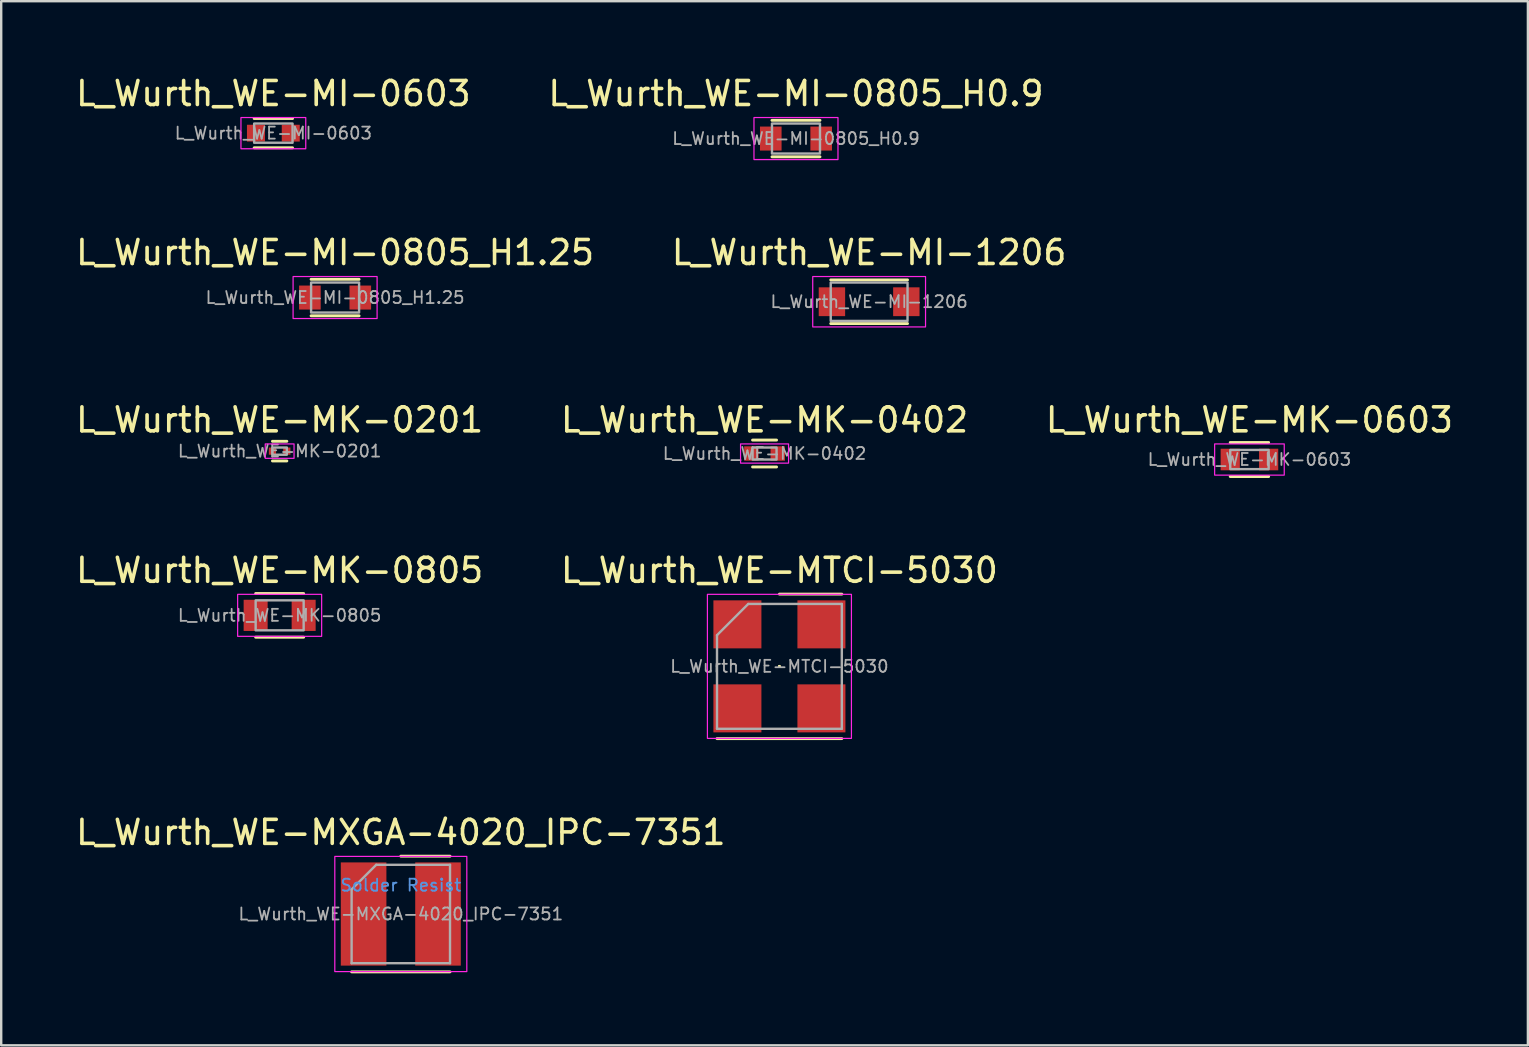
<source format=kicad_pcb>
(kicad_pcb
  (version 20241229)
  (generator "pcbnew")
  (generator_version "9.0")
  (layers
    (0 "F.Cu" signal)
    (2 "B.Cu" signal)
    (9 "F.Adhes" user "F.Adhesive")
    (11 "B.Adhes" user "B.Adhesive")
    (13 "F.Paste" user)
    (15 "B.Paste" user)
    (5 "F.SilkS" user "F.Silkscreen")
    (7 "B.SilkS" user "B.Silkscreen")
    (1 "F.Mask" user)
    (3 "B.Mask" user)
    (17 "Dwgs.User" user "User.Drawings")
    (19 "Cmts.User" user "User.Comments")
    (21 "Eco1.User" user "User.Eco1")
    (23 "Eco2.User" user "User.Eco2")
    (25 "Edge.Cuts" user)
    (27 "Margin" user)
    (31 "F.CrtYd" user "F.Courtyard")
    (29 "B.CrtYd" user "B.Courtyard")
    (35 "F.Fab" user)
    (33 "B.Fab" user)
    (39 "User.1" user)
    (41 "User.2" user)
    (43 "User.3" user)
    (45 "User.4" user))
  (footprint "L_Wurth_WE-MK-0805"
    (layer "F.Cu")
    (at 8.601 22.588)
    (property "Reference" "L_Wurth_WE-MK-0805" (at 0 -1.875 0) (unlocked yes) (layer "F.SilkS") (effects (font (size 1 1) (thickness 0.15))))
    (attr smd)
    (fp_line (start -1 -0.91) (end 1 -0.91) (stroke (width 0.12) (type solid)) (layer "F.SilkS"))
    (fp_line (start -1 0.91) (end 1 0.91) (stroke (width 0.12) (type solid)) (layer "F.SilkS"))
    (fp_rect (start -1.75 -0.875) (end 1.75 0.875) (stroke (width 0.05) (type solid)) (fill no) (layer "F.CrtYd"))
    (fp_rect (start -1 -0.625) (end 1 0.625) (stroke (width 0.1) (type solid)) (fill no) (layer "F.Fab"))
    (fp_text user "${REFERENCE}" (at 0 0 0) (unlocked yes) (layer "F.Fab") (effects (font (size 0.5 0.5) (thickness 0.075))))
    (pad "1" smd rect (at -1 0) (size 1 1.3) (layers "F.Cu" "F.Mask" "F.Paste"))
    (pad "2" smd rect (at 1 0) (size 1 1.3) (layers "F.Cu" "F.Mask" "F.Paste")))
  (footprint "L_Wurth_WE-MI-0805_H1.25"
    (layer "F.Cu")
    (at 10.911 9.347)
    (property "Reference" "L_Wurth_WE-MI-0805_H1.25" (at 0 -1.875 0) (unlocked yes) (layer "F.SilkS") (effects (font (size 1 1) (thickness 0.15))))
    (attr smd)
    (fp_line (start -1 -0.76) (end 1 -0.76) (stroke (width 0.12) (type solid)) (layer "F.SilkS"))
    (fp_line (start -1 0.76) (end 1 0.76) (stroke (width 0.12) (type solid)) (layer "F.SilkS"))
    (fp_rect (start -1.75 -0.875) (end 1.75 0.875) (stroke (width 0.05) (type solid)) (fill no) (layer "F.CrtYd"))
    (fp_rect (start -1 -0.625) (end 1 0.625) (stroke (width 0.1) (type solid)) (fill no) (layer "F.Fab"))
    (fp_text user "${REFERENCE}" (at 0 0 0) (unlocked yes) (layer "F.Fab") (effects (font (size 0.5 0.5) (thickness 0.075))))
    (pad "1" smd rect (at -1.05 0) (size 0.9 1) (layers "F.Cu" "F.Mask" "F.Paste"))
    (pad "2" smd rect (at 1.05 0) (size 0.9 1) (layers "F.Cu" "F.Mask" "F.Paste")))
  (footprint "L_Wurth_WE-MK-0201"
    (layer "F.Cu")
    (at 8.601 15.745)
    (property "Reference" "L_Wurth_WE-MK-0201" (at 0 -1.3 0) (unlocked yes) (layer "F.SilkS") (effects (font (size 1 1) (thickness 0.15))))
    (attr smd)
    (fp_line (start -0.3 -0.41) (end 0.3 -0.41) (stroke (width 0.12) (type solid)) (layer "F.SilkS"))
    (fp_line (start -0.3 0.41) (end 0.3 0.41) (stroke (width 0.12) (type solid)) (layer "F.SilkS"))
    (fp_rect (start -0.6 -0.3) (end 0.6 0.3) (stroke (width 0.05) (type solid)) (fill no) (layer "F.CrtYd"))
    (fp_rect (start -0.3 -0.15) (end 0.3 0.15) (stroke (width 0.1) (type solid)) (fill no) (layer "F.Fab"))
    (fp_text user "${REFERENCE}" (at 0 0 0) (unlocked yes) (layer "F.Fab") (effects (font (size 0.5 0.5) (thickness 0.075))))
    (pad "1" smd rect (at -0.3 0) (size 0.3 0.3) (layers "F.Cu" "F.Mask" "F.Paste"))
    (pad "2" smd rect (at 0.3 0) (size 0.3 0.3) (layers "F.Cu" "F.Mask" "F.Paste")))
  (footprint "L_Wurth_WE-MXGA-4020_IPC-7351"
    (layer "F.Cu")
    (at 13.649 35.031)
    (property "Reference" "L_Wurth_WE-MXGA-4020_IPC-7351" (at 0 -3.4 0) (unlocked yes) (layer "F.SilkS") (effects (font (size 1 1) (thickness 0.15))))
    (attr smd)
    (fp_line (start -2.05 2.41) (end 2.05 2.41) (stroke (width 0.12) (type solid)) (layer "F.SilkS"))
    (fp_line (start 0 -2.41) (end 2.05 -2.41) (stroke (width 0.12) (type solid)) (layer "F.SilkS"))
    (fp_rect (start -2.75 -2.4) (end 2.75 2.4) (stroke (width 0.05) (type solid)) (fill no) (layer "F.CrtYd"))
    (fp_line (start -2.05 -1.025) (end -2.05 2.05) (stroke (width 0.1) (type solid)) (layer "F.Fab"))
    (fp_line (start -2.05 2.05) (end 2.05 2.05) (stroke (width 0.1) (type solid)) (layer "F.Fab"))
    (fp_line (start -1.025 -2.05) (end -2.05 -1.025) (stroke (width 0.1) (type solid)) (layer "F.Fab"))
    (fp_line (start 2.05 -2.05) (end -1.025 -2.05) (stroke (width 0.1) (type solid)) (layer "F.Fab"))
    (fp_line (start 2.05 2.05) (end 2.05 -2.05) (stroke (width 0.1) (type solid)) (layer "F.Fab"))
    (fp_text user "Solder Resist" (at 0 -1.2 0) (unlocked yes) (layer "Cmts.User") (effects (font (size 0.5 0.5) (thickness 0.075))))
    (fp_text user "${REFERENCE}" (at 0 0 0) (unlocked yes) (layer "F.Fab") (effects (font (size 0.5 0.5) (thickness 0.075))))
    (pad "1" smd rect (at -1.55 0) (size 1.9 4.3) (layers "F.Cu" "F.Mask" "F.Paste"))
    (pad "2" smd rect (at 1.55 0) (size 1.9 4.3) (layers "F.Cu" "F.Mask" "F.Paste"))
    (zone (net_name "") (layers "F.Cu" "Dwgs.User") (name "Solder Resist") (hatch full 0.1) (connect_pads) (min_thickness 0.25) (filled_areas_thickness no) (keepout (tracks not_allowed) (vias not_allowed) (pads not_allowed) (copperpour not_allowed) (footprints not_allowed)) (placement (enabled no)) (fill) (polygon (pts (xy 13.049 37.431) (xy 14.249 37.431) (xy 14.249 32.631) (xy 13.049 32.631)))))
  (footprint "L_Wurth_WE-MTCI-5030"
    (layer "F.Cu")
    (at 29.423 24.713)
    (property "Reference" "L_Wurth_WE-MTCI-5030" (at 0 -4 0) (unlocked yes) (layer "F.SilkS") (effects (font (size 1 1) (thickness 0.15))))
    (attr smd)
    (fp_line (start -2.6 3.01) (end 2.6 3.01) (stroke (width 0.12) (type solid)) (layer "F.SilkS"))
    (fp_line (start 0 -3.01) (end 2.6 -3.01) (stroke (width 0.12) (type solid)) (layer "F.SilkS"))
    (fp_line (start 0 0) (end 0 0) (stroke (width 0.12) (type solid)) (layer "F.SilkS"))
    (fp_line (start 0 0) (end 0 0) (stroke (width 0.12) (type solid)) (layer "F.SilkS"))
    (fp_rect (start -3 -3) (end 3 3) (stroke (width 0.05) (type solid)) (fill no) (layer "F.CrtYd"))
    (fp_line (start -2.6 -1.3) (end -2.6 2.6) (stroke (width 0.1) (type solid)) (layer "F.Fab"))
    (fp_line (start -2.6 2.6) (end 2.6 2.6) (stroke (width 0.1) (type solid)) (layer "F.Fab"))
    (fp_line (start -1.3 -2.6) (end -2.6 -1.3) (stroke (width 0.1) (type solid)) (layer "F.Fab"))
    (fp_line (start 2.6 -2.6) (end -1.3 -2.6) (stroke (width 0.1) (type solid)) (layer "F.Fab"))
    (fp_line (start 2.6 2.6) (end 2.6 -2.6) (stroke (width 0.1) (type solid)) (layer "F.Fab"))
    (fp_text user "${REFERENCE}" (at 0 0 0) (unlocked yes) (layer "F.Fab") (effects (font (size 0.5 0.5) (thickness 0.075))))
    (pad "1" smd rect (at -1.75 -1.75) (size 2 2) (layers "F.Cu" "F.Mask" "F.Paste"))
    (pad "2" smd rect (at -1.75 1.75) (size 2 2) (layers "F.Cu" "F.Mask" "F.Paste"))
    (pad "3" smd rect (at 1.75 1.75) (size 2 2) (layers "F.Cu" "F.Mask" "F.Paste"))
    (pad "4" smd rect (at 1.75 -1.75) (size 2 2) (layers "F.Cu" "F.Mask" "F.Paste")))
  (footprint "L_Wurth_WE-MI-1206"
    (layer "F.Cu")
    (at 33.161 9.521)
    (property "Reference" "L_Wurth_WE-MI-1206" (at 0 -2.05 0) (unlocked yes) (layer "F.SilkS") (effects (font (size 1 1) (thickness 0.15))))
    (attr smd)
    (fp_line (start -1.6 -0.91) (end 1.6 -0.91) (stroke (width 0.12) (type solid)) (layer "F.SilkS"))
    (fp_line (start -1.6 0.91) (end 1.6 0.91) (stroke (width 0.12) (type solid)) (layer "F.SilkS"))
    (fp_rect (start -2.35 -1.05) (end 2.35 1.05) (stroke (width 0.05) (type solid)) (fill no) (layer "F.CrtYd"))
    (fp_rect (start -1.6 -0.8) (end 1.6 0.8) (stroke (width 0.1) (type solid)) (fill no) (layer "F.Fab"))
    (fp_text user "${REFERENCE}" (at 0 0 0) (unlocked yes) (layer "F.Fab") (effects (font (size 0.5 0.5) (thickness 0.075))))
    (pad "1" smd rect (at -1.55 0) (size 1.1 1.2) (layers "F.Cu" "F.Mask" "F.Paste"))
    (pad "2" smd rect (at 1.55 0) (size 1.1 1.2) (layers "F.Cu" "F.Mask" "F.Paste")))
  (footprint "L_Wurth_WE-MK-0402"
    (layer "F.Cu")
    (at 28.804 15.845)
    (property "Reference" "L_Wurth_WE-MK-0402" (at 0 -1.4 0) (unlocked yes) (layer "F.SilkS") (effects (font (size 1 1) (thickness 0.15))))
    (attr smd)
    (fp_line (start -0.5 -0.56) (end 0.5 -0.56) (stroke (width 0.12) (type solid)) (layer "F.SilkS"))
    (fp_line (start -0.5 0.56) (end 0.5 0.56) (stroke (width 0.12) (type solid)) (layer "F.SilkS"))
    (fp_rect (start -1 -0.4) (end 1 0.4) (stroke (width 0.05) (type solid)) (fill no) (layer "F.CrtYd"))
    (fp_rect (start -0.5 -0.25) (end 0.5 0.25) (stroke (width 0.1) (type solid)) (fill no) (layer "F.Fab"))
    (fp_text user "${REFERENCE}" (at 0 0 0) (unlocked yes) (layer "F.Fab") (effects (font (size 0.5 0.5) (thickness 0.075))))
    (pad "1" smd rect (at -0.55 0) (size 0.6 0.6) (layers "F.Cu" "F.Mask" "F.Paste"))
    (pad "2" smd rect (at 0.55 0) (size 0.6 0.6) (layers "F.Cu" "F.Mask" "F.Paste")))
  (footprint "L_Wurth_WE-MI-0603"
    (layer "F.Cu")
    (at 8.339 2.498)
    (property "Reference" "L_Wurth_WE-MI-0603" (at 0 -1.65 0) (unlocked yes) (layer "F.SilkS") (effects (font (size 1 1) (thickness 0.15))))
    (attr smd)
    (fp_line (start -0.8 -0.61) (end 0.8 -0.61) (stroke (width 0.12) (type solid)) (layer "F.SilkS"))
    (fp_line (start -0.8 0.61) (end 0.8 0.61) (stroke (width 0.12) (type solid)) (layer "F.SilkS"))
    (fp_rect (start -1.35 -0.65) (end 1.35 0.65) (stroke (width 0.05) (type solid)) (fill no) (layer "F.CrtYd"))
    (fp_rect (start -0.8 -0.4) (end 0.8 0.4) (stroke (width 0.1) (type solid)) (fill no) (layer "F.Fab"))
    (fp_text user "${REFERENCE}" (at 0 0 0) (unlocked yes) (layer "F.Fab") (effects (font (size 0.5 0.5) (thickness 0.075))))
    (pad "1" smd rect (at -0.725 0) (size 0.75 0.7) (layers "F.Cu" "F.Mask" "F.Paste"))
    (pad "2" smd rect (at 0.725 0) (size 0.75 0.7) (layers "F.Cu" "F.Mask" "F.Paste")))
  (footprint "L_Wurth_WE-MK-0603"
    (layer "F.Cu")
    (at 49.006 16.095)
    (property "Reference" "L_Wurth_WE-MK-0603" (at 0 -1.65 0) (unlocked yes) (layer "F.SilkS") (effects (font (size 1 1) (thickness 0.15))))
    (attr smd)
    (fp_line (start -0.8 -0.71) (end 0.8 -0.71) (stroke (width 0.12) (type solid)) (layer "F.SilkS"))
    (fp_line (start -0.8 0.71) (end 0.8 0.71) (stroke (width 0.12) (type solid)) (layer "F.SilkS"))
    (fp_rect (start -1.45 -0.65) (end 1.45 0.65) (stroke (width 0.05) (type solid)) (fill no) (layer "F.CrtYd"))
    (fp_rect (start -0.8 -0.4) (end 0.8 0.4) (stroke (width 0.1) (type solid)) (fill no) (layer "F.Fab"))
    (fp_text user "${REFERENCE}" (at 0 0 0) (unlocked yes) (layer "F.Fab") (effects (font (size 0.5 0.5) (thickness 0.075))))
    (pad "1" smd rect (at -0.8 0) (size 0.8 0.9) (layers "F.Cu" "F.Mask" "F.Paste"))
    (pad "2" smd rect (at 0.8 0) (size 0.8 0.9) (layers "F.Cu" "F.Mask" "F.Paste")))
  (footprint "L_Wurth_WE-MI-0805_H0.9"
    (layer "F.Cu")
    (at 30.113 2.723)
    (property "Reference" "L_Wurth_WE-MI-0805_H0.9" (at 0 -1.875 0) (unlocked yes) (layer "F.SilkS") (effects (font (size 1 1) (thickness 0.15))))
    (attr smd)
    (fp_line (start -1 -0.76) (end 1 -0.76) (stroke (width 0.12) (type solid)) (layer "F.SilkS"))
    (fp_line (start -1 0.76) (end 1 0.76) (stroke (width 0.12) (type solid)) (layer "F.SilkS"))
    (fp_rect (start -1.75 -0.875) (end 1.75 0.875) (stroke (width 0.05) (type solid)) (fill no) (layer "F.CrtYd"))
    (fp_rect (start -1 -0.625) (end 1 0.625) (stroke (width 0.1) (type solid)) (fill no) (layer "F.Fab"))
    (fp_text user "${REFERENCE}" (at 0 0 0) (unlocked yes) (layer "F.Fab") (effects (font (size 0.5 0.5) (thickness 0.075))))
    (pad "1" smd rect (at -1.05 0) (size 0.9 1) (layers "F.Cu" "F.Mask" "F.Paste"))
    (pad "2" smd rect (at 1.05 0) (size 0.9 1) (layers "F.Cu" "F.Mask" "F.Paste")))
  (gr_rect
    (start -3 -3)
    (end 60.607 40.501)
    (stroke (width 0.1) (type default))
    (fill no)
    (layer "Edge.Cuts")))
</source>
